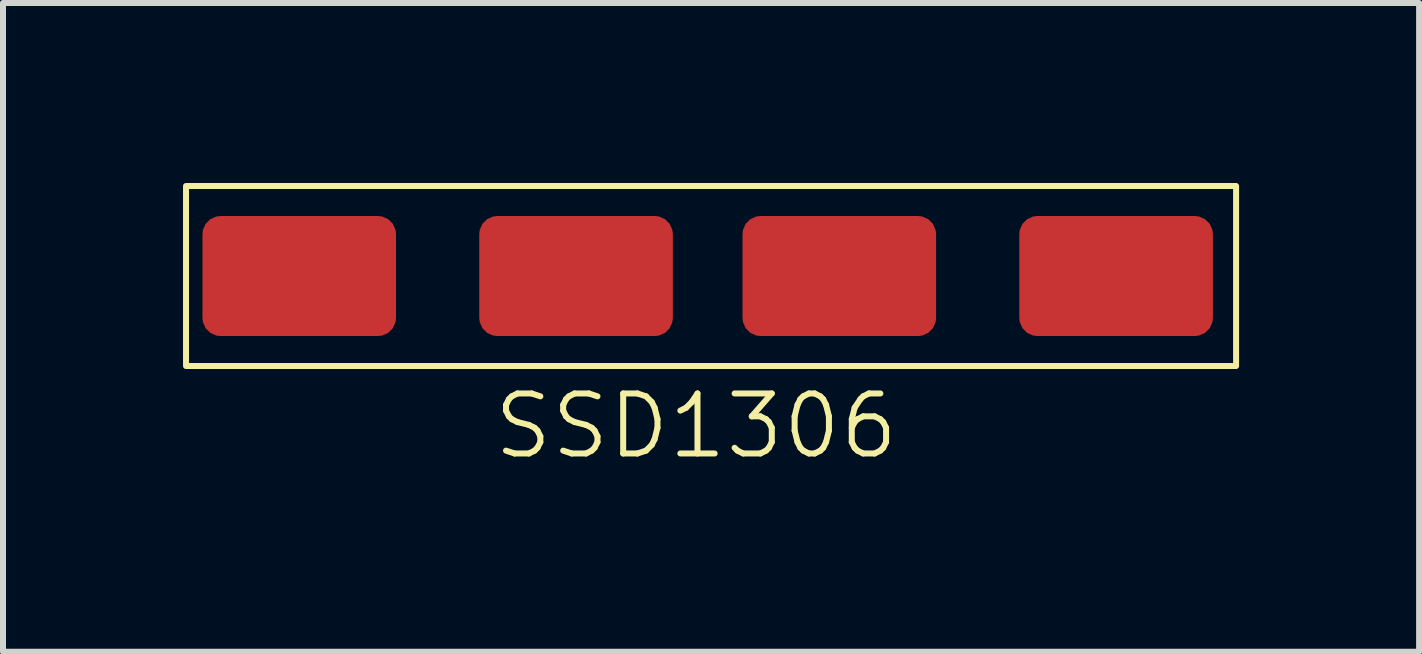
<source format=kicad_pcb>
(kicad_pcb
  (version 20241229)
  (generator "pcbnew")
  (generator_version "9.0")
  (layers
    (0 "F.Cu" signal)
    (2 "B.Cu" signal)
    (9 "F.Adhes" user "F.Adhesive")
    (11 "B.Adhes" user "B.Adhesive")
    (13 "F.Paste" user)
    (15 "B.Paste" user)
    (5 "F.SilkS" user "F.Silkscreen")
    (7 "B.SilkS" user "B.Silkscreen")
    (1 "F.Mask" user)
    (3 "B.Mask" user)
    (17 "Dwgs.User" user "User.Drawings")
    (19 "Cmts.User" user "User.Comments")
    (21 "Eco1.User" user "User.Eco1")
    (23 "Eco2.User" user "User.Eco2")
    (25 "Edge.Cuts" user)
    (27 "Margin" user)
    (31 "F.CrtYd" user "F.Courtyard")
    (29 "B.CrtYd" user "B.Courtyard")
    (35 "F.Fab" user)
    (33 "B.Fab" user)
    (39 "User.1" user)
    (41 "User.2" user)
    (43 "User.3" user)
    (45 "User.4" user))
  (footprint "SSD1306"
    (layer "F.Cu")
    (at 8.55 4.55)
    (property "Reference" "SSD1306" (at 0 -0.5 0) (unlocked yes) (layer "F.SilkS") (effects (font (size 1 1) (thickness 0.1))))
    (attr smd)
    (fp_rect (start -8.5 -4.5) (end 9 -1.5) (stroke (width 0.1) (type default)) (fill no) (layer "F.SilkS"))
    (pad "7" smd roundrect (at 7 -3) (size 3.226 2) (layers "F.Cu" "F.Mask" "F.Paste") (roundrect_rratio 0.15))
    (pad "10" smd roundrect (at 2.387 -3) (size 3.226 2) (layers "F.Cu" "F.Mask" "F.Paste") (roundrect_rratio 0.15))
    (pad "11" smd roundrect (at -2 -3) (size 3.226 2) (layers "F.Cu" "F.Mask" "F.Paste") (roundrect_rratio 0.15))
    (pad "14" smd roundrect (at -6.613 -3) (size 3.226 2) (layers "F.Cu" "F.Mask" "F.Paste") (roundrect_rratio 0.15)))
  (gr_rect
    (start -3 -3)
    (end 20.6 7.811)
    (stroke (width 0.1) (type default))
    (fill no)
    (layer "Edge.Cuts")))
</source>
